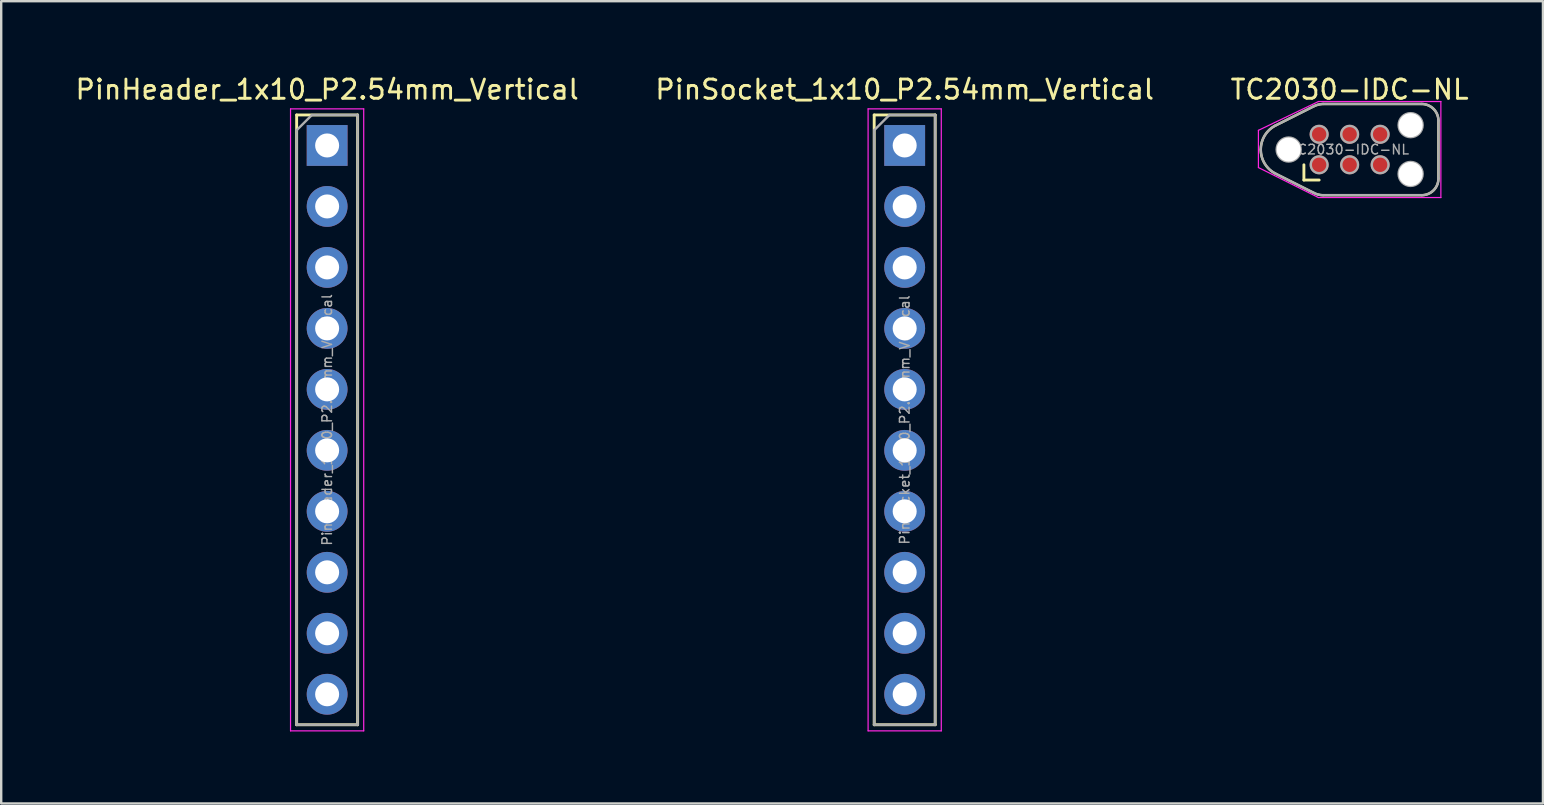
<source format=kicad_pcb>
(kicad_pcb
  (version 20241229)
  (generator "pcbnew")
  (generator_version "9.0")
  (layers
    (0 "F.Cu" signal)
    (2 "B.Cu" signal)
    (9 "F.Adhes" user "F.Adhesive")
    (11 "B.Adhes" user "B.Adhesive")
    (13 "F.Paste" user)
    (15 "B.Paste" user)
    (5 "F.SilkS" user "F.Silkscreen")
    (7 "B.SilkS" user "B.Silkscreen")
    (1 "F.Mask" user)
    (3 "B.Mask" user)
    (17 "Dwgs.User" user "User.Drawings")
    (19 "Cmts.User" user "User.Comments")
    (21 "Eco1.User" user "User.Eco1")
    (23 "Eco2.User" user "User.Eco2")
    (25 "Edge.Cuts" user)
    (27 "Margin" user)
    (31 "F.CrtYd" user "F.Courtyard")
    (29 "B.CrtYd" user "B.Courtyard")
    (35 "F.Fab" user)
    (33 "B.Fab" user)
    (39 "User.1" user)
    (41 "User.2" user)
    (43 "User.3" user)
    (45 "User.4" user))
  (footprint "PinHeader_1x10_P2.54mm_Vertical"
    (layer "F.Cu")
    (at 10.576 3.009)
    (property "Reference" "PinHeader_1x10_P2.54mm_Vertical" (at 0 -2.33 0) (layer "F.SilkS") (effects (font (size 0.8 0.8) (thickness 0.12))))
    (attr through_hole)
    (fp_line (start -1.27 -1.27) (end -1.27 24.13) (stroke (width 0.12) (type solid)) (layer "F.SilkS"))
    (fp_line (start -1.27 -1.27) (end 1.27 -1.27) (stroke (width 0.12) (type solid)) (layer "F.SilkS"))
    (fp_line (start -1.27 24.13) (end 1.27 24.13) (stroke (width 0.12) (type solid)) (layer "F.SilkS"))
    (fp_line (start 1.27 -1.27) (end 1.27 24.13) (stroke (width 0.12) (type solid)) (layer "F.SilkS"))
    (fp_line (start -1.524 -1.524) (end -1.524 24.384) (stroke (width 0.05) (type solid)) (layer "F.CrtYd"))
    (fp_line (start -1.524 24.384) (end 1.524 24.384) (stroke (width 0.05) (type solid)) (layer "F.CrtYd"))
    (fp_line (start 1.524 -1.524) (end -1.524 -1.524) (stroke (width 0.05) (type solid)) (layer "F.CrtYd"))
    (fp_line (start 1.524 24.384) (end 1.524 -1.524) (stroke (width 0.05) (type solid)) (layer "F.CrtYd"))
    (fp_line (start -1.27 -0.635) (end -0.635 -1.27) (stroke (width 0.1) (type solid)) (layer "F.Fab"))
    (fp_line (start -1.27 24.13) (end -1.27 -0.635) (stroke (width 0.1) (type solid)) (layer "F.Fab"))
    (fp_line (start -0.635 -1.27) (end 1.27 -1.27) (stroke (width 0.1) (type solid)) (layer "F.Fab"))
    (fp_line (start 1.27 -1.27) (end 1.27 24.13) (stroke (width 0.1) (type solid)) (layer "F.Fab"))
    (fp_line (start 1.27 24.13) (end -1.27 24.13) (stroke (width 0.1) (type solid)) (layer "F.Fab"))
    (fp_text user "${REFERENCE}" (at 0 11.43 90) (layer "F.Fab") (effects (font (size 0.4 0.4) (thickness 0.06))))
    (pad "1" thru_hole rect (at 0 0) (size 1.7 1.7) (drill 1) (layers "*.Cu" "*.Mask"))
    (pad "2" thru_hole oval (at 0 2.54) (size 1.7 1.7) (drill 1) (layers "*.Cu" "*.Mask"))
    (pad "3" thru_hole oval (at 0 5.08) (size 1.7 1.7) (drill 1) (layers "*.Cu" "*.Mask"))
    (pad "4" thru_hole oval (at 0 7.62) (size 1.7 1.7) (drill 1) (layers "*.Cu" "*.Mask"))
    (pad "5" thru_hole oval (at 0 10.16) (size 1.7 1.7) (drill 1) (layers "*.Cu" "*.Mask"))
    (pad "6" thru_hole oval (at 0 12.7) (size 1.7 1.7) (drill 1) (layers "*.Cu" "*.Mask"))
    (pad "7" thru_hole oval (at 0 15.24) (size 1.7 1.7) (drill 1) (layers "*.Cu" "*.Mask"))
    (pad "8" thru_hole oval (at 0 17.78) (size 1.7 1.7) (drill 1) (layers "*.Cu" "*.Mask"))
    (pad "9" thru_hole oval (at 0 20.32) (size 1.7 1.7) (drill 1) (layers "*.Cu" "*.Mask"))
    (pad "10" thru_hole oval (at 0 22.86) (size 1.7 1.7) (drill 1) (layers "*.Cu" "*.Mask")))
  (footprint "TC2030-IDC-NL"
    (layer "F.Cu")
    (at 53.167 3.179)
    (property "Reference" "TC2030-IDC-NL" (at 0 -2.5 0) (layer "F.SilkS") (effects (font (size 0.8 0.8) (thickness 0.12))))
    (attr exclude_from_pos_files exclude_from_bom)
    (fp_line (start -1.905 1.27) (end -1.905 0.635) (stroke (width 0.12) (type solid)) (layer "F.SilkS"))
    (fp_line (start -1.27 1.27) (end -1.905 1.27) (stroke (width 0.12) (type solid)) (layer "F.SilkS"))
    (fp_poly (pts (arc (start -3.702156 0.002644) (mid -3.538208 -0.582537) (end -3.094091 -0.997356)) (arc (start -1.502156 -1.797356) (mid -1.307645 -1.86931) (end -1.102156 -1.897356)) (arc (start 2.997844 -1.897356) (mid 3.492819 -1.692331) (end 3.697844 -1.197356)) (arc (start 3.697844 1.202644) (mid 3.49429 1.69909) (end 2.997844 1.902644)) (arc (start -1.102156 1.902644) (mid -1.308311 1.877265) (end -1.502156 1.802644)) (arc (start -3.094091 1.002644) (mid -3.538205 0.587823) (end -3.702156 0.002644))) (stroke (width 0.1) (type solid)) (fill no) (layer "F.SilkS"))
    (fp_line (start -3.8 -0.8) (end -1.3 -2) (stroke (width 0.05) (type solid)) (layer "F.CrtYd"))
    (fp_line (start -3.8 0.75) (end -3.8 -0.8) (stroke (width 0.05) (type solid)) (layer "F.CrtYd"))
    (fp_line (start -1.3 -2) (end 3.8 -2) (stroke (width 0.05) (type solid)) (layer "F.CrtYd"))
    (fp_line (start -1.3 2) (end -3.8 0.75) (stroke (width 0.05) (type solid)) (layer "F.CrtYd"))
    (fp_line (start 3.8 -2) (end 3.8 2) (stroke (width 0.05) (type solid)) (layer "F.CrtYd"))
    (fp_line (start 3.8 2) (end -1.3 2) (stroke (width 0.05) (type solid)) (layer "F.CrtYd"))
    (fp_line (start -3.092 1) (end -1.5 1.8) (stroke (width 0.1) (type solid)) (layer "F.Fab"))
    (fp_line (start -1.5 -1.8) (end -3.092 -1) (stroke (width 0.1) (type solid)) (layer "F.Fab"))
    (fp_line (start -1.1 -1.9) (end 3 -1.9) (stroke (width 0.1) (type solid)) (layer "F.Fab"))
    (fp_line (start -1.1 1.9) (end 3 1.9) (stroke (width 0.1) (type solid)) (layer "F.Fab"))
    (fp_line (start 3.7 1.2) (end 3.7 -1.2) (stroke (width 0.1) (type solid)) (layer "F.Fab"))
    (fp_arc (start -3.7 0) (mid -3.536051 -0.58518) (end -3.091935 -1) (stroke (width 0.1) (type solid)) (layer "F.Fab"))
    (fp_arc (start -3.091935 1) (mid -3.536051 0.58518) (end -3.7 0) (stroke (width 0.1) (type solid)) (layer "F.Fab"))
    (fp_arc (start -1.5 -1.8) (mid -1.305489 -1.871955) (end -1.1 -1.9) (stroke (width 0.1) (type solid)) (layer "F.Fab"))
    (fp_arc (start -1.1 1.9) (mid -1.306155 1.874621) (end -1.5 1.8) (stroke (width 0.1) (type solid)) (layer "F.Fab"))
    (fp_arc (start 3 -1.9) (mid 3.494975 -1.694975) (end 3.7 -1.2) (stroke (width 0.1) (type solid)) (layer "F.Fab"))
    (fp_arc (start 3.7 1.2) (mid 3.496447 1.696447) (end 3 1.9) (stroke (width 0.1) (type solid)) (layer "F.Fab"))
    (fp_circle (center -2.54 0) (end -2.04 0) (stroke (width 0.1) (type solid)) (fill no) (layer "F.Fab"))
    (fp_circle (center -1.27 -0.635) (end -0.92 -0.635) (stroke (width 0.1) (type solid)) (fill no) (layer "F.Fab"))
    (fp_circle (center -1.27 0.635) (end -0.92 0.635) (stroke (width 0.1) (type solid)) (fill no) (layer "F.Fab"))
    (fp_circle (center 0 -0.635) (end 0.35 -0.635) (stroke (width 0.1) (type solid)) (fill no) (layer "F.Fab"))
    (fp_circle (center 0 0.635) (end 0.35 0.635) (stroke (width 0.1) (type solid)) (fill no) (layer "F.Fab"))
    (fp_circle (center 1.27 -0.635) (end 1.62 -0.635) (stroke (width 0.1) (type solid)) (fill no) (layer "F.Fab"))
    (fp_circle (center 1.27 0.635) (end 1.62 0.635) (stroke (width 0.1) (type solid)) (fill no) (layer "F.Fab"))
    (fp_circle (center 2.54 -1.016) (end 3.04 -1.016) (stroke (width 0.1) (type solid)) (fill no) (layer "F.Fab"))
    (fp_circle (center 2.54 1.016) (end 3.04 1.016) (stroke (width 0.1) (type solid)) (fill no) (layer "F.Fab"))
    (fp_text user "${REFERENCE}" (at 0 0 0) (layer "F.Fab") (effects (font (size 0.4 0.4) (thickness 0.06))))
    (pad "" np_thru_hole circle (at -2.54 0) (size 1 1) (drill 1) (layers "*.Cu" "*.Mask"))
    (pad "" np_thru_hole circle (at 2.54 -1.016) (size 1 1) (drill 1) (layers "*.Cu" "*.Mask"))
    (pad "" np_thru_hole circle (at 2.54 1.016) (size 1 1) (drill 1) (layers "*.Cu" "*.Mask"))
    (pad "1" connect circle (at -1.27 0.635) (size 0.787 0.787) (layers "F.Cu" "F.Mask"))
    (pad "2" connect circle (at -1.27 -0.635) (size 0.787 0.787) (layers "F.Cu" "F.Mask"))
    (pad "3" connect circle (at 0 0.635) (size 0.787 0.787) (layers "F.Cu" "F.Mask"))
    (pad "4" connect circle (at 0 -0.635) (size 0.787 0.787) (layers "F.Cu" "F.Mask"))
    (pad "5" connect circle (at 1.27 0.635) (size 0.787 0.787) (layers "F.Cu" "F.Mask"))
    (pad "6" connect circle (at 1.27 -0.635) (size 0.787 0.787) (layers "F.Cu" "F.Mask")))
  (footprint "PinSocket_1x10_P2.54mm_Vertical"
    (layer "F.Cu")
    (at 34.633 3.009)
    (property "Reference" "PinSocket_1x10_P2.54mm_Vertical" (at 0 -2.33 0) (layer "F.SilkS") (effects (font (size 0.8 0.8) (thickness 0.12))))
    (attr through_hole)
    (fp_line (start -1.27 -1.27) (end -1.27 24.13) (stroke (width 0.12) (type solid)) (layer "F.SilkS"))
    (fp_line (start -1.27 -1.27) (end 1.27 -1.27) (stroke (width 0.12) (type solid)) (layer "F.SilkS"))
    (fp_line (start -1.27 24.13) (end 1.27 24.13) (stroke (width 0.12) (type solid)) (layer "F.SilkS"))
    (fp_line (start 1.27 -1.27) (end 1.27 24.13) (stroke (width 0.12) (type solid)) (layer "F.SilkS"))
    (fp_line (start -1.524 -1.524) (end -1.524 24.384) (stroke (width 0.05) (type solid)) (layer "F.CrtYd"))
    (fp_line (start -1.524 24.384) (end 1.524 24.384) (stroke (width 0.05) (type solid)) (layer "F.CrtYd"))
    (fp_line (start 1.524 -1.524) (end -1.524 -1.524) (stroke (width 0.05) (type solid)) (layer "F.CrtYd"))
    (fp_line (start 1.524 24.384) (end 1.524 -1.524) (stroke (width 0.05) (type solid)) (layer "F.CrtYd"))
    (fp_line (start -1.27 -0.635) (end -0.635 -1.27) (stroke (width 0.1) (type solid)) (layer "F.Fab"))
    (fp_line (start -1.27 24.13) (end -1.27 -0.635) (stroke (width 0.1) (type solid)) (layer "F.Fab"))
    (fp_line (start -0.635 -1.27) (end 1.27 -1.27) (stroke (width 0.1) (type solid)) (layer "F.Fab"))
    (fp_line (start 1.27 -1.27) (end 1.27 24.13) (stroke (width 0.1) (type solid)) (layer "F.Fab"))
    (fp_line (start 1.27 24.13) (end -1.27 24.13) (stroke (width 0.1) (type solid)) (layer "F.Fab"))
    (fp_text user "${REFERENCE}" (at 0 11.43 90) (layer "F.Fab") (effects (font (size 0.4 0.4) (thickness 0.06))))
    (pad "1" thru_hole rect (at 0 0) (size 1.7 1.7) (drill 1) (layers "*.Cu" "*.Mask"))
    (pad "2" thru_hole oval (at 0 2.54) (size 1.7 1.7) (drill 1) (layers "*.Cu" "*.Mask"))
    (pad "3" thru_hole oval (at 0 5.08) (size 1.7 1.7) (drill 1) (layers "*.Cu" "*.Mask"))
    (pad "4" thru_hole oval (at 0 7.62) (size 1.7 1.7) (drill 1) (layers "*.Cu" "*.Mask"))
    (pad "5" thru_hole oval (at 0 10.16) (size 1.7 1.7) (drill 1) (layers "*.Cu" "*.Mask"))
    (pad "6" thru_hole oval (at 0 12.7) (size 1.7 1.7) (drill 1) (layers "*.Cu" "*.Mask"))
    (pad "7" thru_hole oval (at 0 15.24) (size 1.7 1.7) (drill 1) (layers "*.Cu" "*.Mask"))
    (pad "8" thru_hole oval (at 0 17.78) (size 1.7 1.7) (drill 1) (layers "*.Cu" "*.Mask"))
    (pad "9" thru_hole oval (at 0 20.32) (size 1.7 1.7) (drill 1) (layers "*.Cu" "*.Mask"))
    (pad "10" thru_hole oval (at 0 22.86) (size 1.7 1.7) (drill 1) (layers "*.Cu" "*.Mask")))
  (gr_rect
    (start -3 -3)
    (end 61.219 30.418)
    (stroke (width 0.1) (type default))
    (fill no)
    (layer "Edge.Cuts")))
</source>
